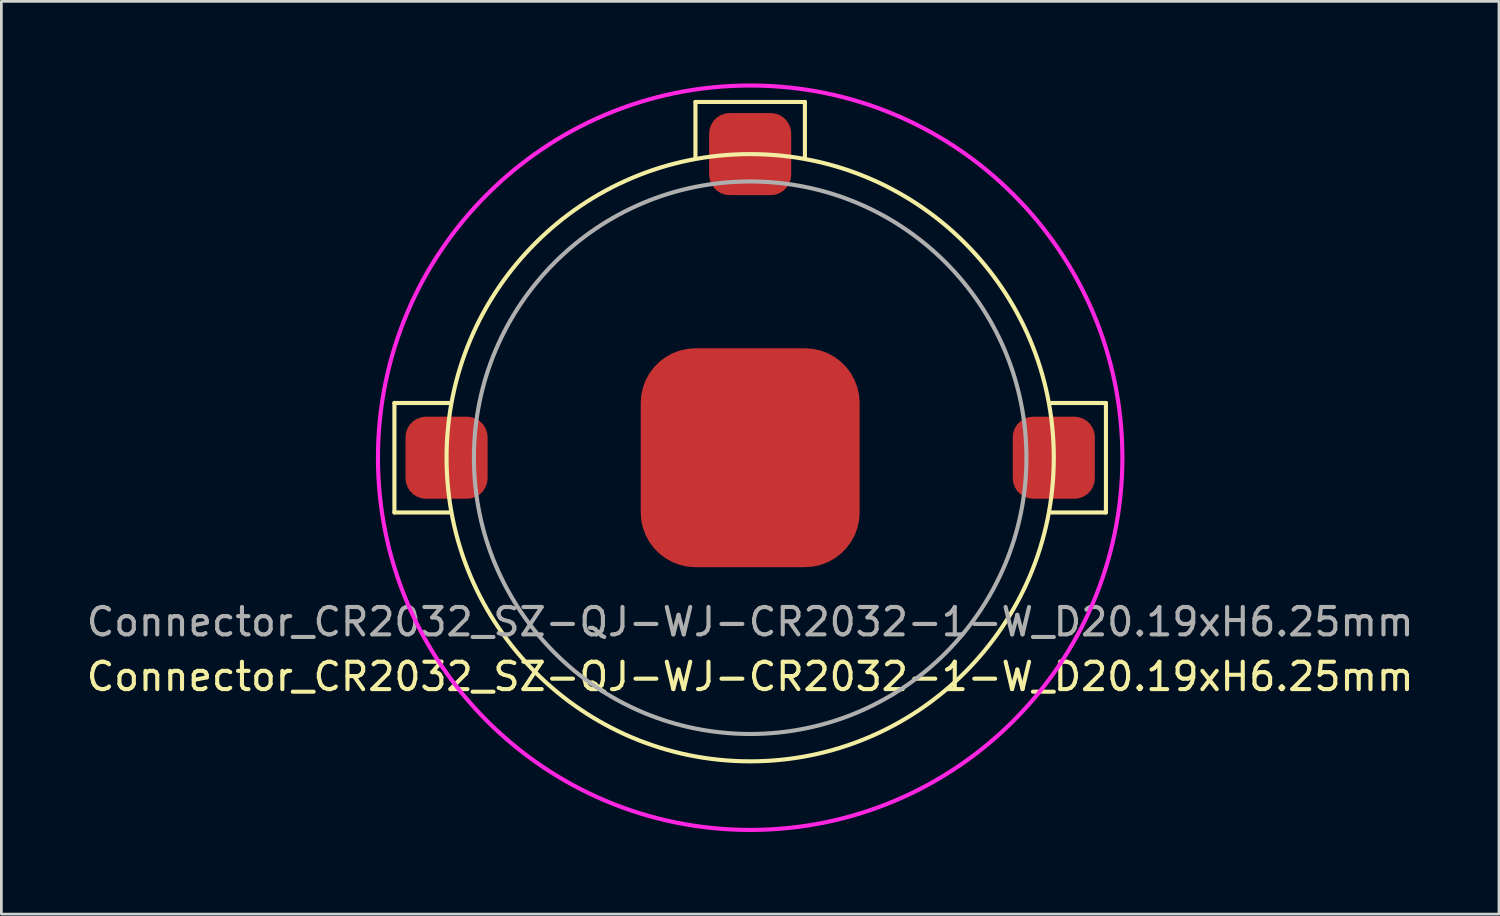
<source format=kicad_pcb>
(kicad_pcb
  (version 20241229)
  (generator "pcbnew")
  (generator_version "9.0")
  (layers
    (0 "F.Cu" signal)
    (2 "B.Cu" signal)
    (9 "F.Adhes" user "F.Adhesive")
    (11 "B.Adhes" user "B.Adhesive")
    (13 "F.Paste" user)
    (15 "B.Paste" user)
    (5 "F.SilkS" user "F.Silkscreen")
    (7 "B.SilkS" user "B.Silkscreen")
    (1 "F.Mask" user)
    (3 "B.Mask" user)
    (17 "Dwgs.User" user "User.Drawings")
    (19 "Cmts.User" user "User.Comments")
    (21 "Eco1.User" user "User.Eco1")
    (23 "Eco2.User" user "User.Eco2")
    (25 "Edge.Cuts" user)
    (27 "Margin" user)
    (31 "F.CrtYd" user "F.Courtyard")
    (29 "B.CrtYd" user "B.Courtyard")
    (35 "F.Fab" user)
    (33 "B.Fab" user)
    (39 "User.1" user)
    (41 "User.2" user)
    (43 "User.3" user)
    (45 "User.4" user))
  (footprint "Connector_CR2032_SZ-QJ-WJ-CR2032-1-W_D20.19xH6.25mm"
    (layer "F.Cu")
    (at 24.363 13.676)
    (property "Reference" "Connector_CR2032_SZ-QJ-WJ-CR2032-1-W_D20.19xH6.25mm" (at 0 8 0) (layer "F.SilkS") (effects (font (size 1 1) (thickness 0.15))))
    (attr smd)
    (fp_line (start -13 -2) (end -13 2) (stroke (width 0.15) (type solid)) (layer "F.SilkS"))
    (fp_line (start -13 2) (end -11 2) (stroke (width 0.15) (type solid)) (layer "F.SilkS"))
    (fp_line (start -11 -2) (end -13 -2) (stroke (width 0.15) (type solid)) (layer "F.SilkS"))
    (fp_line (start -2 -13) (end 2 -13) (stroke (width 0.15) (type solid)) (layer "F.SilkS"))
    (fp_line (start -2 -11) (end -2 -13) (stroke (width 0.15) (type solid)) (layer "F.SilkS"))
    (fp_line (start 2 -13) (end 2 -11) (stroke (width 0.15) (type solid)) (layer "F.SilkS"))
    (fp_line (start 11 -2) (end 13 -2) (stroke (width 0.15) (type solid)) (layer "F.SilkS"))
    (fp_line (start 13 -2) (end 13 2) (stroke (width 0.15) (type solid)) (layer "F.SilkS"))
    (fp_line (start 13 2) (end 11 2) (stroke (width 0.15) (type solid)) (layer "F.SilkS"))
    (fp_circle (center 0 0) (end 11.095 0) (stroke (width 0.15) (type solid)) (fill no) (layer "F.SilkS"))
    (fp_circle (center 0 0) (end 11 8) (stroke (width 0.15) (type solid)) (fill no) (layer "F.CrtYd"))
    (fp_circle (center 0 0) (end 10.095 0) (stroke (width 0.15) (type solid)) (fill no) (layer "F.Fab"))
    (fp_text user "${REFERENCE}" (at 0 6 0) (layer "F.Fab") (effects (font (size 1 1) (thickness 0.15))))
    (pad "1" smd roundrect (at -11.095 0) (size 3 3) (layers "F.Cu" "F.Mask" "F.Paste") (roundrect_rratio 0.25))
    (pad "1" smd roundrect (at 0 -11.095) (size 3 3) (layers "F.Cu" "F.Mask" "F.Paste") (roundrect_rratio 0.25))
    (pad "1" smd roundrect (at 11.095 0) (size 3 3) (layers "F.Cu" "F.Mask" "F.Paste") (roundrect_rratio 0.25))
    (pad "2" smd roundrect (at 0 0) (size 8 8) (layers "F.Cu" "F.Mask" "F.Paste") (roundrect_rratio 0.25)))
  (gr_rect
    (start -3 -3)
    (end 51.726 30.353)
    (stroke (width 0.1) (type default))
    (fill no)
    (layer "Edge.Cuts")))
</source>
